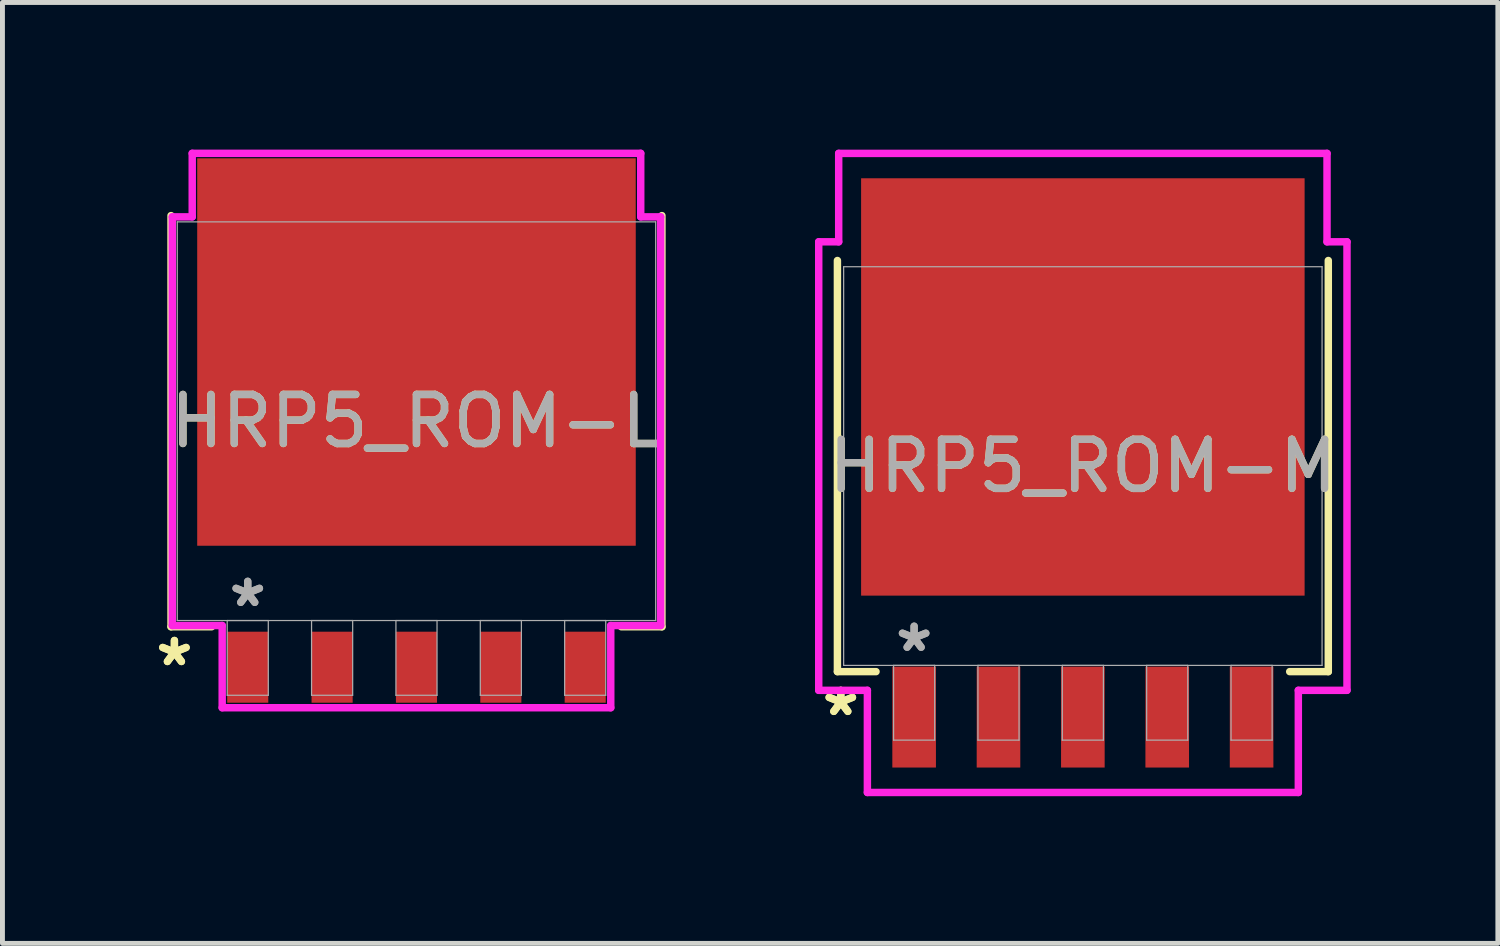
<source format=kicad_pcb>
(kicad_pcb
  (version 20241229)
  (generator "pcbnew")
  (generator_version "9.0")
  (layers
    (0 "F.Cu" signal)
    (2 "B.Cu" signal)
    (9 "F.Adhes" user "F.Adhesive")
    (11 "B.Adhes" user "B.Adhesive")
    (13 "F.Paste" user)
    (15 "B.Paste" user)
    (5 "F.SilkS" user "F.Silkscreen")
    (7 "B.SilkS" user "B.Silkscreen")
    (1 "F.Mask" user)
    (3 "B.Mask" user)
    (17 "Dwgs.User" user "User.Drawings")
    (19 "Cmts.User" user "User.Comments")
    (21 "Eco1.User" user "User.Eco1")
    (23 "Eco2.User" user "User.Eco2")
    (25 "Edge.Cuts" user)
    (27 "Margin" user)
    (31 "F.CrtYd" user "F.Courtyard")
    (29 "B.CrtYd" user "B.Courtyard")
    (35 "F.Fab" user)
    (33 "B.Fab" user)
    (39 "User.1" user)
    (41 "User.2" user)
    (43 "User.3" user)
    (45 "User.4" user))
  (footprint "HRP5_ROM-M"
    (layer "F.Cu")
    (at 19.027 6.452)
    (property "Reference" "HRP5_ROM-M" (at 0 0 0) (unlocked yes) (layer "F.SilkS") (effects (font (size 1 1) (thickness 0.15))))
    (attr smd)
    (fp_line (start -5.004 -4.191) (end -5.004 4.191) (stroke (width 0.152) (type solid)) (layer "F.SilkS"))
    (fp_line (start -5.004 4.191) (end -4.217 4.191) (stroke (width 0.152) (type solid)) (layer "F.SilkS"))
    (fp_line (start 4.217 4.191) (end 5.004 4.191) (stroke (width 0.152) (type solid)) (layer "F.SilkS"))
    (fp_line (start 5.004 4.191) (end 5.004 -4.191) (stroke (width 0.152) (type solid)) (layer "F.SilkS"))
    (fp_line (start -5.385 -4.572) (end -4.978 -4.572) (stroke (width 0.152) (type solid)) (layer "F.CrtYd"))
    (fp_line (start -5.385 4.572) (end -5.385 -4.572) (stroke (width 0.152) (type solid)) (layer "F.CrtYd"))
    (fp_line (start -4.978 -6.375) (end 4.978 -6.375) (stroke (width 0.152) (type solid)) (layer "F.CrtYd"))
    (fp_line (start -4.978 -4.572) (end -4.978 -6.375) (stroke (width 0.152) (type solid)) (layer "F.CrtYd"))
    (fp_line (start -4.393 4.572) (end -5.385 4.572) (stroke (width 0.152) (type solid)) (layer "F.CrtYd"))
    (fp_line (start -4.393 6.655) (end -4.393 4.572) (stroke (width 0.152) (type solid)) (layer "F.CrtYd"))
    (fp_line (start 4.393 4.572) (end 4.393 6.655) (stroke (width 0.152) (type solid)) (layer "F.CrtYd"))
    (fp_line (start 4.393 6.655) (end -4.393 6.655) (stroke (width 0.152) (type solid)) (layer "F.CrtYd"))
    (fp_line (start 4.978 -6.375) (end 4.978 -4.572) (stroke (width 0.152) (type solid)) (layer "F.CrtYd"))
    (fp_line (start 4.978 -4.572) (end 5.385 -4.572) (stroke (width 0.152) (type solid)) (layer "F.CrtYd"))
    (fp_line (start 5.385 -4.572) (end 5.385 4.572) (stroke (width 0.152) (type solid)) (layer "F.CrtYd"))
    (fp_line (start 5.385 4.572) (end 4.393 4.572) (stroke (width 0.152) (type solid)) (layer "F.CrtYd"))
    (fp_line (start -4.877 -4.064) (end -4.877 4.064) (stroke (width 0.025) (type solid)) (layer "F.Fab"))
    (fp_line (start -4.877 4.064) (end 4.877 4.064) (stroke (width 0.025) (type solid)) (layer "F.Fab"))
    (fp_line (start -3.859 4.064) (end -3.859 5.588) (stroke (width 0.025) (type solid)) (layer "F.Fab"))
    (fp_line (start -3.859 5.588) (end -3.021 5.588) (stroke (width 0.025) (type solid)) (layer "F.Fab"))
    (fp_line (start -3.021 4.064) (end -3.859 4.064) (stroke (width 0.025) (type solid)) (layer "F.Fab"))
    (fp_line (start -3.021 5.588) (end -3.021 4.064) (stroke (width 0.025) (type solid)) (layer "F.Fab"))
    (fp_line (start -2.139 4.064) (end -2.139 5.588) (stroke (width 0.025) (type solid)) (layer "F.Fab"))
    (fp_line (start -2.139 5.588) (end -1.301 5.588) (stroke (width 0.025) (type solid)) (layer "F.Fab"))
    (fp_line (start -1.301 4.064) (end -2.139 4.064) (stroke (width 0.025) (type solid)) (layer "F.Fab"))
    (fp_line (start -1.301 5.588) (end -1.301 4.064) (stroke (width 0.025) (type solid)) (layer "F.Fab"))
    (fp_line (start -0.419 4.064) (end -0.419 5.588) (stroke (width 0.025) (type solid)) (layer "F.Fab"))
    (fp_line (start -0.419 5.588) (end 0.419 5.588) (stroke (width 0.025) (type solid)) (layer "F.Fab"))
    (fp_line (start 0.419 4.064) (end -0.419 4.064) (stroke (width 0.025) (type solid)) (layer "F.Fab"))
    (fp_line (start 0.419 5.588) (end 0.419 4.064) (stroke (width 0.025) (type solid)) (layer "F.Fab"))
    (fp_line (start 1.301 4.064) (end 1.301 5.588) (stroke (width 0.025) (type solid)) (layer "F.Fab"))
    (fp_line (start 1.301 5.588) (end 2.139 5.588) (stroke (width 0.025) (type solid)) (layer "F.Fab"))
    (fp_line (start 2.139 4.064) (end 1.301 4.064) (stroke (width 0.025) (type solid)) (layer "F.Fab"))
    (fp_line (start 2.139 5.588) (end 2.139 4.064) (stroke (width 0.025) (type solid)) (layer "F.Fab"))
    (fp_line (start 3.021 4.064) (end 3.021 5.588) (stroke (width 0.025) (type solid)) (layer "F.Fab"))
    (fp_line (start 3.021 5.588) (end 3.859 5.588) (stroke (width 0.025) (type solid)) (layer "F.Fab"))
    (fp_line (start 3.859 4.064) (end 3.021 4.064) (stroke (width 0.025) (type solid)) (layer "F.Fab"))
    (fp_line (start 3.859 5.588) (end 3.859 4.064) (stroke (width 0.025) (type solid)) (layer "F.Fab"))
    (fp_line (start 4.877 -4.064) (end -4.877 -4.064) (stroke (width 0.025) (type solid)) (layer "F.Fab"))
    (fp_line (start 4.877 4.064) (end 4.877 -4.064) (stroke (width 0.025) (type solid)) (layer "F.Fab"))
    (fp_text user "*" (at -4.935 5.118 0) (layer "F.SilkS") (effects (font (size 1 1) (thickness 0.15))))
    (fp_text user "*" (at -4.935 5.118 0) (unlocked yes) (layer "F.SilkS") (effects (font (size 1 1) (thickness 0.15))))
    (fp_text user "${REFERENCE}" (at 0 0 0) (unlocked yes) (layer "F.Fab") (effects (font (size 1 1) (thickness 0.15))))
    (fp_text user "*" (at -3.44 3.81 0) (layer "F.Fab") (effects (font (size 1 1) (thickness 0.15))))
    (fp_text user "*" (at -3.44 3.81 0) (unlocked yes) (layer "F.Fab") (effects (font (size 1 1) (thickness 0.15))))
    (pad "1" smd rect (at -3.44 5.118) (size 0.889 2.057) (layers "F.Cu" "F.Mask" "F.Paste"))
    (pad "2" smd rect (at -1.72 5.118) (size 0.889 2.057) (layers "F.Cu" "F.Mask" "F.Paste"))
    (pad "3" smd rect (at 0 5.118) (size 0.889 2.057) (layers "F.Cu" "F.Mask" "F.Paste"))
    (pad "4" smd rect (at 1.72 5.118) (size 0.889 2.057) (layers "F.Cu" "F.Mask" "F.Paste"))
    (pad "5" smd rect (at 3.44 5.118) (size 0.889 2.057) (layers "F.Cu" "F.Mask" "F.Paste"))
    (pad "6" smd rect (at 0 -1.613) (size 9.042 8.509) (layers "F.Cu" "F.Mask" "F.Paste")))
  (footprint "HRP5_ROM-L"
    (layer "F.Cu")
    (at 5.441 5.537)
    (property "Reference" "HRP5_ROM-L" (at 0 0 0) (unlocked yes) (layer "F.SilkS") (effects (font (size 1 1) (thickness 0.15))))
    (attr smd)
    (fp_line (start -5.004 -4.191) (end -5.004 4.191) (stroke (width 0.152) (type solid)) (layer "F.SilkS"))
    (fp_line (start -5.004 4.191) (end -4.176 4.191) (stroke (width 0.152) (type solid)) (layer "F.SilkS"))
    (fp_line (start 4.176 4.191) (end 5.004 4.191) (stroke (width 0.152) (type solid)) (layer "F.SilkS"))
    (fp_line (start 5.004 4.191) (end 5.004 -4.191) (stroke (width 0.152) (type solid)) (layer "F.SilkS"))
    (fp_line (start -4.978 -4.166) (end -4.572 -4.166) (stroke (width 0.152) (type solid)) (layer "F.CrtYd"))
    (fp_line (start -4.978 4.166) (end -4.978 -4.166) (stroke (width 0.152) (type solid)) (layer "F.CrtYd"))
    (fp_line (start -4.572 -5.461) (end 4.572 -5.461) (stroke (width 0.152) (type solid)) (layer "F.CrtYd"))
    (fp_line (start -4.572 -4.166) (end -4.572 -5.461) (stroke (width 0.152) (type solid)) (layer "F.CrtYd"))
    (fp_line (start -3.961 4.166) (end -4.978 4.166) (stroke (width 0.152) (type solid)) (layer "F.CrtYd"))
    (fp_line (start -3.961 5.842) (end -3.961 4.166) (stroke (width 0.152) (type solid)) (layer "F.CrtYd"))
    (fp_line (start 3.961 4.166) (end 3.961 5.842) (stroke (width 0.152) (type solid)) (layer "F.CrtYd"))
    (fp_line (start 3.961 5.842) (end -3.961 5.842) (stroke (width 0.152) (type solid)) (layer "F.CrtYd"))
    (fp_line (start 4.572 -5.461) (end 4.572 -4.166) (stroke (width 0.152) (type solid)) (layer "F.CrtYd"))
    (fp_line (start 4.572 -4.166) (end 4.978 -4.166) (stroke (width 0.152) (type solid)) (layer "F.CrtYd"))
    (fp_line (start 4.978 -4.166) (end 4.978 4.166) (stroke (width 0.152) (type solid)) (layer "F.CrtYd"))
    (fp_line (start 4.978 4.166) (end 3.961 4.166) (stroke (width 0.152) (type solid)) (layer "F.CrtYd"))
    (fp_line (start -4.877 -4.064) (end -4.877 4.064) (stroke (width 0.025) (type solid)) (layer "F.Fab"))
    (fp_line (start -4.877 4.064) (end 4.877 4.064) (stroke (width 0.025) (type solid)) (layer "F.Fab"))
    (fp_line (start -3.859 4.064) (end -3.859 5.588) (stroke (width 0.025) (type solid)) (layer "F.Fab"))
    (fp_line (start -3.859 5.588) (end -3.021 5.588) (stroke (width 0.025) (type solid)) (layer "F.Fab"))
    (fp_line (start -3.021 4.064) (end -3.859 4.064) (stroke (width 0.025) (type solid)) (layer "F.Fab"))
    (fp_line (start -3.021 5.588) (end -3.021 4.064) (stroke (width 0.025) (type solid)) (layer "F.Fab"))
    (fp_line (start -2.139 4.064) (end -2.139 5.588) (stroke (width 0.025) (type solid)) (layer "F.Fab"))
    (fp_line (start -2.139 5.588) (end -1.301 5.588) (stroke (width 0.025) (type solid)) (layer "F.Fab"))
    (fp_line (start -1.301 4.064) (end -2.139 4.064) (stroke (width 0.025) (type solid)) (layer "F.Fab"))
    (fp_line (start -1.301 5.588) (end -1.301 4.064) (stroke (width 0.025) (type solid)) (layer "F.Fab"))
    (fp_line (start -0.419 4.064) (end -0.419 5.588) (stroke (width 0.025) (type solid)) (layer "F.Fab"))
    (fp_line (start -0.419 5.588) (end 0.419 5.588) (stroke (width 0.025) (type solid)) (layer "F.Fab"))
    (fp_line (start 0.419 4.064) (end -0.419 4.064) (stroke (width 0.025) (type solid)) (layer "F.Fab"))
    (fp_line (start 0.419 5.588) (end 0.419 4.064) (stroke (width 0.025) (type solid)) (layer "F.Fab"))
    (fp_line (start 1.301 4.064) (end 1.301 5.588) (stroke (width 0.025) (type solid)) (layer "F.Fab"))
    (fp_line (start 1.301 5.588) (end 2.139 5.588) (stroke (width 0.025) (type solid)) (layer "F.Fab"))
    (fp_line (start 2.139 4.064) (end 1.301 4.064) (stroke (width 0.025) (type solid)) (layer "F.Fab"))
    (fp_line (start 2.139 5.588) (end 2.139 4.064) (stroke (width 0.025) (type solid)) (layer "F.Fab"))
    (fp_line (start 3.021 4.064) (end 3.021 5.588) (stroke (width 0.025) (type solid)) (layer "F.Fab"))
    (fp_line (start 3.021 5.588) (end 3.859 5.588) (stroke (width 0.025) (type solid)) (layer "F.Fab"))
    (fp_line (start 3.859 4.064) (end 3.021 4.064) (stroke (width 0.025) (type solid)) (layer "F.Fab"))
    (fp_line (start 3.859 5.588) (end 3.859 4.064) (stroke (width 0.025) (type solid)) (layer "F.Fab"))
    (fp_line (start 4.877 -4.064) (end -4.877 -4.064) (stroke (width 0.025) (type solid)) (layer "F.Fab"))
    (fp_line (start 4.877 4.064) (end 4.877 -4.064) (stroke (width 0.025) (type solid)) (layer "F.Fab"))
    (fp_text user "*" (at -4.935 5.016 0) (layer "F.SilkS") (effects (font (size 1 1) (thickness 0.15))))
    (fp_text user "*" (at -4.935 5.016 0) (unlocked yes) (layer "F.SilkS") (effects (font (size 1 1) (thickness 0.15))))
    (fp_text user "*" (at -3.44 3.81 0) (unlocked yes) (layer "F.Fab") (effects (font (size 1 1) (thickness 0.15))))
    (fp_text user "${REFERENCE}" (at 0 0 0) (unlocked yes) (layer "F.Fab") (effects (font (size 1 1) (thickness 0.15))))
    (fp_text user "*" (at -3.44 3.81 0) (layer "F.Fab") (effects (font (size 1 1) (thickness 0.15))))
    (pad "1" smd rect (at -3.44 5.016) (size 0.838 1.448) (layers "F.Cu" "F.Mask" "F.Paste"))
    (pad "2" smd rect (at -1.72 5.016) (size 0.838 1.448) (layers "F.Cu" "F.Mask" "F.Paste"))
    (pad "3" smd rect (at 0 5.016) (size 0.838 1.448) (layers "F.Cu" "F.Mask" "F.Paste"))
    (pad "4" smd rect (at 1.72 5.016) (size 0.838 1.448) (layers "F.Cu" "F.Mask" "F.Paste"))
    (pad "5" smd rect (at 3.44 5.016) (size 0.838 1.448) (layers "F.Cu" "F.Mask" "F.Paste"))
    (pad "6" smd rect (at 0 -1.41) (size 8.941 7.899) (layers "F.Cu" "F.Mask" "F.Paste")))
  (gr_rect
    (start -3 -3)
    (end 27.488 16.183)
    (stroke (width 0.1) (type default))
    (fill no)
    (layer "Edge.Cuts")))
</source>
